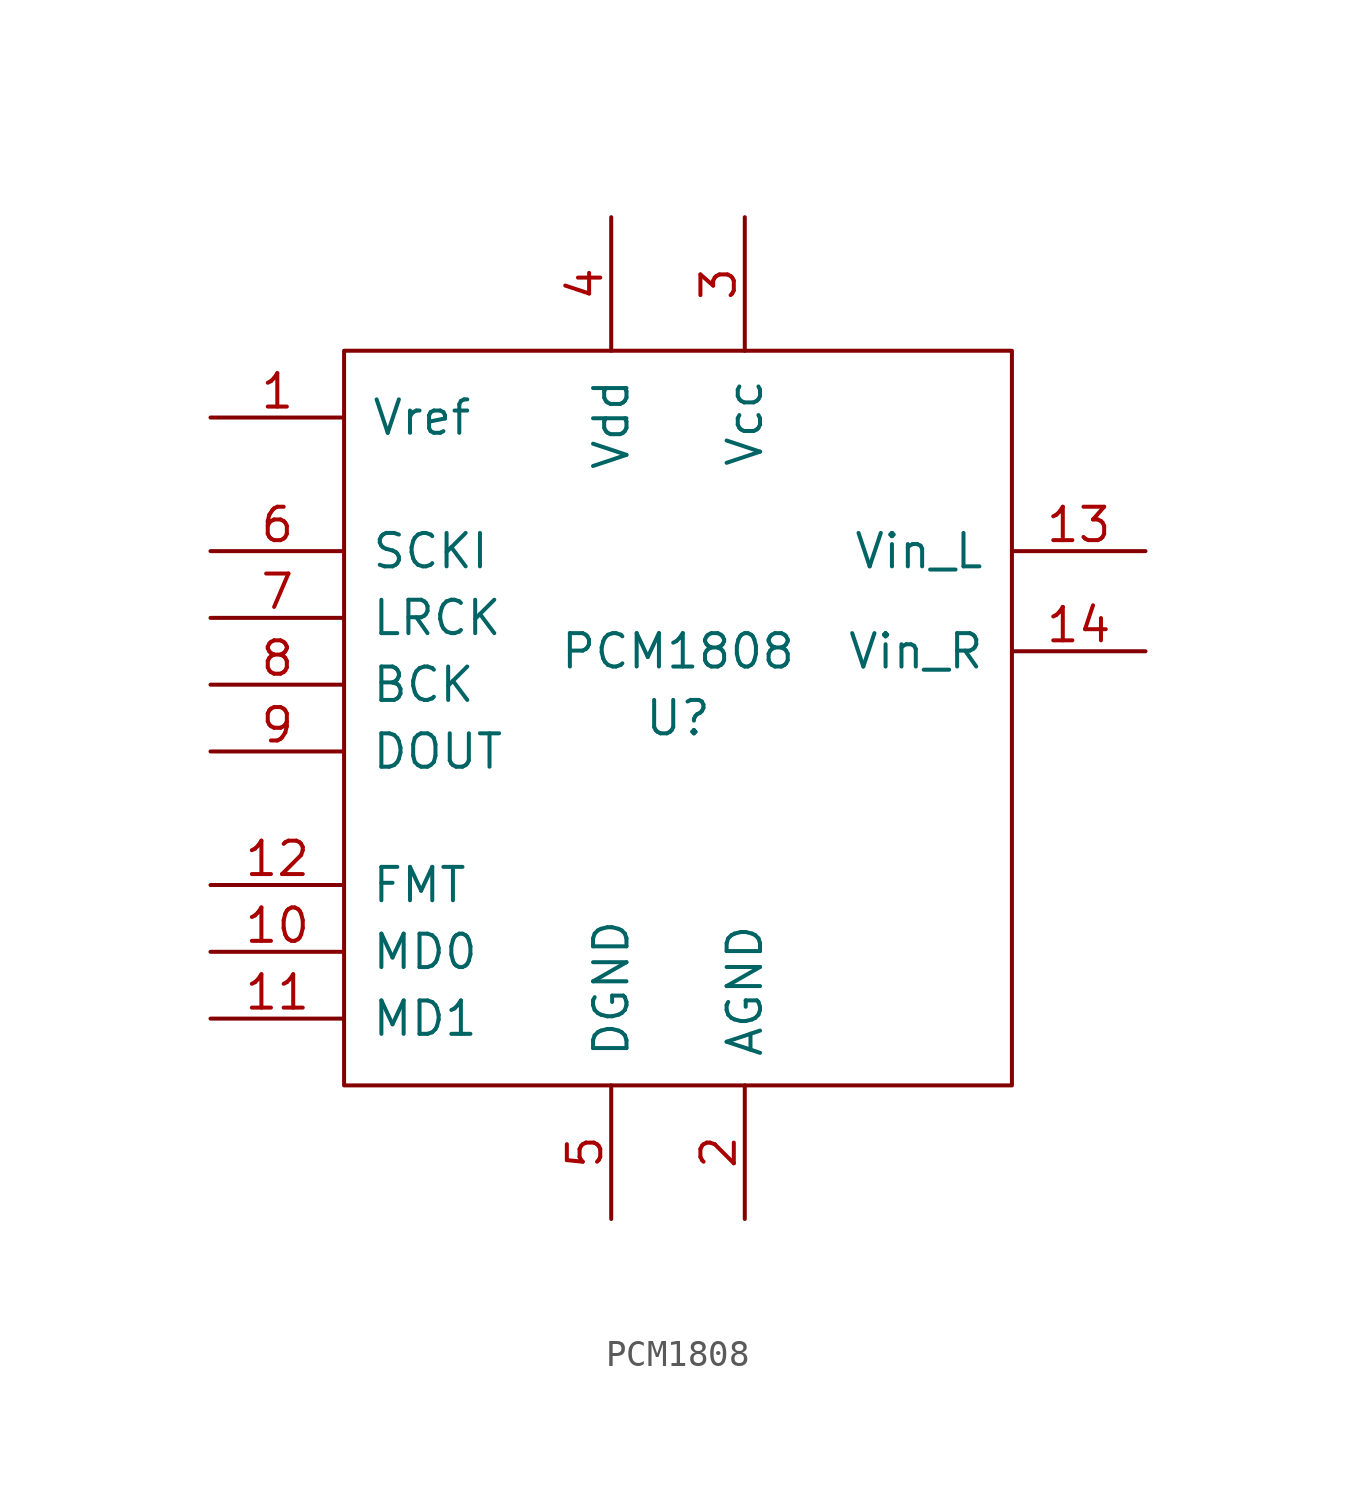
<source format=kicad_sym>
(kicad_symbol_lib
  (version 20220914)
  (generator kicad_symbol_editor)
  (symbol "PCM1808"
    (pin_names
      (offset 1.016))
    (property "Reference" "U"
      (at 0 0 0)
      (effects (font (size 1.27 1.27))))
    (property "Value" "PCM1808"
      (at 0 2.54 0)
      (effects (font (size 1.27 1.27))))
    (symbol "PCM1808_0_1"
      (rectangle (start -12.7 13.97) (end 12.7 -13.97) (stroke (width 0) (type solid)) (fill (type none))))
    (symbol "PCM1808_1_1"
      (pin input line (at -17.78 11.43 0) (length 5.08) (name "Vref" (effects (font (size 1.27 1.27)))) (number "1" (effects (font (size 1.27 1.27)))))
      (pin input line (at -17.78 -8.89 0) (length 5.08) (name "MD0" (effects (font (size 1.27 1.27)))) (number "10" (effects (font (size 1.27 1.27)))))
      (pin input line (at -17.78 -11.43 0) (length 5.08) (name "MD1" (effects (font (size 1.27 1.27)))) (number "11" (effects (font (size 1.27 1.27)))))
      (pin input line (at -17.78 -6.35 0) (length 5.08) (name "FMT" (effects (font (size 1.27 1.27)))) (number "12" (effects (font (size 1.27 1.27)))))
      (pin input line (at 17.78 6.35 180) (length 5.08) (name "Vin_L" (effects (font (size 1.27 1.27)))) (number "13" (effects (font (size 1.27 1.27)))))
      (pin input line (at 17.78 2.54 180) (length 5.08) (name "Vin_R" (effects (font (size 1.27 1.27)))) (number "14" (effects (font (size 1.27 1.27)))))
      (pin power_in line (at 2.54 -19.05 90) (length 5.08) (name "AGND" (effects (font (size 1.27 1.27)))) (number "2" (effects (font (size 1.27 1.27)))))
      (pin power_in line (at 2.54 19.05 270) (length 5.08) (name "Vcc" (effects (font (size 1.27 1.27)))) (number "3" (effects (font (size 1.27 1.27)))))
      (pin power_in line (at -2.54 19.05 270) (length 5.08) (name "Vdd" (effects (font (size 1.27 1.27)))) (number "4" (effects (font (size 1.27 1.27)))))
      (pin power_in line (at -2.54 -19.05 90) (length 5.08) (name "DGND" (effects (font (size 1.27 1.27)))) (number "5" (effects (font (size 1.27 1.27)))))
      (pin input line (at -17.78 6.35 0) (length 5.08) (name "SCKI" (effects (font (size 1.27 1.27)))) (number "6" (effects (font (size 1.27 1.27)))))
      (pin bidirectional line (at -17.78 3.81 0) (length 5.08) (name "LRCK" (effects (font (size 1.27 1.27)))) (number "7" (effects (font (size 1.27 1.27)))))
      (pin bidirectional line (at -17.78 1.27 0) (length 5.08) (name "BCK" (effects (font (size 1.27 1.27)))) (number "8" (effects (font (size 1.27 1.27)))))
      (pin output line (at -17.78 -1.27 0) (length 5.08) (name "DOUT" (effects (font (size 1.27 1.27)))) (number "9" (effects (font (size 1.27 1.27))))))))
</source>
